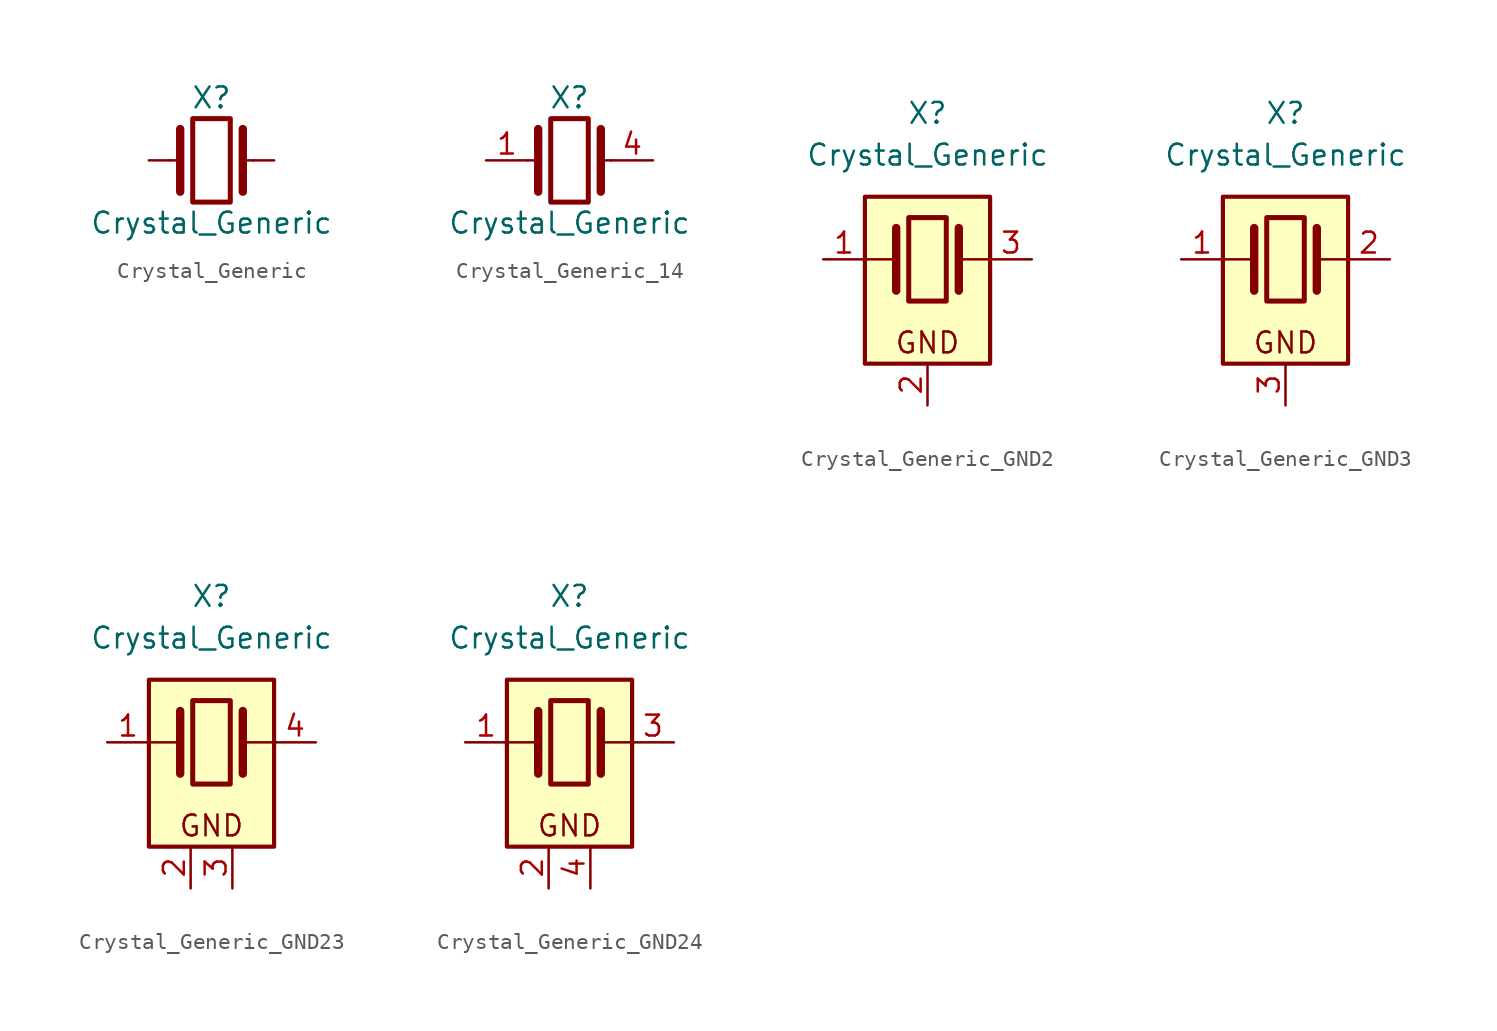
<source format=kicad_sym>
(kicad_symbol_lib
  (version 20231120)
  (generator "kicad_symbol_editor")
  (generator_version "8.0")
  (symbol "Crystal_Generic"
    (pin_numbers hide)
    (pin_names
      (offset 1.016) hide)
    (property "Reference" "X"
      (at 0 3.81 0)
      (effects (font (size 1.27 1.27))))
    (property "Value" "Crystal_Generic"
      (at 0 -3.81 0)
      (effects (font (size 1.27 1.27))))
    (symbol "Crystal_Generic_0_1"
      (rectangle (start -1.143 2.54) (end 1.143 -2.54) (stroke (width 0.305) (type default)) (fill (type none)))
      (polyline (pts (xy -2.54 0) (xy -1.905 0)) (stroke (width 0) (type default)) (fill (type none)))
      (polyline (pts (xy -1.905 -1.905) (xy -1.905 1.905)) (stroke (width 0.508) (type default)) (fill (type none)))
      (polyline (pts (xy 1.905 -1.905) (xy 1.905 1.905)) (stroke (width 0.508) (type default)) (fill (type none)))
      (polyline (pts (xy 2.54 0) (xy 1.905 0)) (stroke (width 0) (type default)) (fill (type none))))
    (symbol "Crystal_Generic_1_1"
      (pin passive line (at -3.81 0 0) (length 1.27) (name "1" (effects (font (size 1.27 1.27)))) (number "1" (effects (font (size 1.27 1.27)))))
      (pin passive line (at 3.81 0 180) (length 1.27) (name "2" (effects (font (size 1.27 1.27)))) (number "2" (effects (font (size 1.27 1.27)))))))
  (symbol "Crystal_Generic_14"
    (pin_names
      (offset 1.016) hide)
    (property "Reference" "X"
      (at 0 3.81 0)
      (effects (font (size 1.27 1.27))))
    (property "Value" "Crystal_Generic"
      (at 0 -3.81 0)
      (effects (font (size 1.27 1.27))))
    (symbol "Crystal_Generic_14_0_1"
      (rectangle (start -1.143 2.54) (end 1.143 -2.54) (stroke (width 0.305) (type default)) (fill (type none)))
      (polyline (pts (xy -2.54 0) (xy -1.905 0)) (stroke (width 0) (type default)) (fill (type none)))
      (polyline (pts (xy -1.905 -1.905) (xy -1.905 1.905)) (stroke (width 0.508) (type default)) (fill (type none)))
      (polyline (pts (xy 1.905 -1.905) (xy 1.905 1.905)) (stroke (width 0.508) (type default)) (fill (type none)))
      (polyline (pts (xy 2.54 0) (xy 1.905 0)) (stroke (width 0) (type default)) (fill (type none))))
    (symbol "Crystal_Generic_14_1_1"
      (pin passive line (at -5.08 0 0) (length 2.54) (name "1" (effects (font (size 1.27 1.27)))) (number "1" (effects (font (size 1.27 1.27)))))
      (pin free line (at 0 -1.27 180) (length 2.54) hide (name "NC" (effects (font (size 1.27 1.27)))) (number "2" (effects (font (size 1.27 1.27)))))
      (pin free line (at 0 1.27 180) (length 2.54) hide (name "NC" (effects (font (size 1.27 1.27)))) (number "3" (effects (font (size 1.27 1.27)))))
      (pin passive line (at 5.08 0 180) (length 2.54) (name "4" (effects (font (size 1.27 1.27)))) (number "4" (effects (font (size 1.27 1.27)))))))
  (symbol "Crystal_Generic_GND2"
    (pin_names
      (offset 1.016) hide)
    (property "Reference" "X"
      (at 0 8.89 0)
      (effects (font (size 1.27 1.27))))
    (property "Value" "Crystal_Generic"
      (at 0 6.35 0)
      (effects (font (size 1.27 1.27))))
    (symbol "Crystal_Generic_GND2_0_1"
      (rectangle (start -3.81 3.81) (end 3.81 -6.35) (stroke (width 0.254) (type default)) (fill (type background)))
      (rectangle (start -1.143 2.54) (end 1.143 -2.54) (stroke (width 0.305) (type default)) (fill (type none)))
      (polyline (pts (xy -3.81 0) (xy -1.905 0)) (stroke (width 0) (type default)) (fill (type none)))
      (polyline (pts (xy -1.905 -1.905) (xy -1.905 1.905)) (stroke (width 0.508) (type default)) (fill (type none)))
      (polyline (pts (xy 1.905 -1.905) (xy 1.905 1.905)) (stroke (width 0.508) (type default)) (fill (type none)))
      (polyline (pts (xy 3.81 0) (xy 1.905 0)) (stroke (width 0) (type default)) (fill (type none)))
      (text "GND" (at 0 -5.08 0) (effects (font (size 1.27 1.27)))))
    (symbol "Crystal_Generic_GND2_1_1"
      (pin passive line (at -6.35 0 0) (length 2.54) (name "1" (effects (font (size 1.27 1.27)))) (number "1" (effects (font (size 1.27 1.27)))))
      (pin passive line (at 0 -8.89 90) (length 2.54) (name "2" (effects (font (size 1.27 1.27)))) (number "2" (effects (font (size 1.27 1.27)))))
      (pin passive line (at 6.35 0 180) (length 2.54) (name "3" (effects (font (size 1.27 1.27)))) (number "3" (effects (font (size 1.27 1.27)))))))
  (symbol "Crystal_Generic_GND3"
    (pin_names
      (offset 1.016) hide)
    (property "Reference" "X"
      (at 0 8.89 0)
      (effects (font (size 1.27 1.27))))
    (property "Value" "Crystal_Generic"
      (at 0 6.35 0)
      (effects (font (size 1.27 1.27))))
    (symbol "Crystal_Generic_GND3_0_1"
      (rectangle (start -3.81 3.81) (end 3.81 -6.35) (stroke (width 0.254) (type default)) (fill (type background)))
      (rectangle (start -1.143 2.54) (end 1.143 -2.54) (stroke (width 0.305) (type default)) (fill (type none)))
      (polyline (pts (xy -3.81 0) (xy -1.905 0)) (stroke (width 0) (type default)) (fill (type none)))
      (polyline (pts (xy -1.905 -1.905) (xy -1.905 1.905)) (stroke (width 0.508) (type default)) (fill (type none)))
      (polyline (pts (xy 1.905 -1.905) (xy 1.905 1.905)) (stroke (width 0.508) (type default)) (fill (type none)))
      (polyline (pts (xy 3.81 0) (xy 1.905 0)) (stroke (width 0) (type default)) (fill (type none)))
      (text "GND" (at 0 -5.08 0) (effects (font (size 1.27 1.27)))))
    (symbol "Crystal_Generic_GND3_1_1"
      (pin passive line (at -6.35 0 0) (length 2.54) (name "1" (effects (font (size 1.27 1.27)))) (number "1" (effects (font (size 1.27 1.27)))))
      (pin passive line (at 6.35 0 180) (length 2.54) (name "2" (effects (font (size 1.27 1.27)))) (number "2" (effects (font (size 1.27 1.27)))))
      (pin passive line (at 0 -8.89 90) (length 2.54) (name "3" (effects (font (size 1.27 1.27)))) (number "3" (effects (font (size 1.27 1.27)))))))
  (symbol "Crystal_Generic_GND23"
    (pin_names
      (offset 1.016) hide)
    (property "Reference" "X"
      (at 0 8.89 0)
      (effects (font (size 1.27 1.27))))
    (property "Value" "Crystal_Generic"
      (at 0 6.35 0)
      (effects (font (size 1.27 1.27))))
    (symbol "Crystal_Generic_GND23_0_1"
      (rectangle (start -3.81 3.81) (end 3.81 -6.35) (stroke (width 0.254) (type default)) (fill (type background)))
      (rectangle (start -1.143 2.54) (end 1.143 -2.54) (stroke (width 0.305) (type default)) (fill (type none)))
      (polyline (pts (xy -3.81 0) (xy -1.905 0)) (stroke (width 0) (type default)) (fill (type none)))
      (polyline (pts (xy -1.905 -1.905) (xy -1.905 1.905)) (stroke (width 0.508) (type default)) (fill (type none)))
      (polyline (pts (xy 1.905 -1.905) (xy 1.905 1.905)) (stroke (width 0.508) (type default)) (fill (type none)))
      (polyline (pts (xy 3.81 0) (xy 1.905 0)) (stroke (width 0) (type default)) (fill (type none)))
      (text "GND" (at 0 -5.08 0) (effects (font (size 1.27 1.27)))))
    (symbol "Crystal_Generic_GND23_1_1"
      (pin passive line (at -6.35 0 0) (length 2.54) (name "1" (effects (font (size 1.27 1.27)))) (number "1" (effects (font (size 1.27 1.27)))))
      (pin passive line (at -1.27 -8.89 90) (length 2.54) (name "2" (effects (font (size 1.27 1.27)))) (number "2" (effects (font (size 1.27 1.27)))))
      (pin passive line (at 1.27 -8.89 90) (length 2.54) (name "3" (effects (font (size 1.27 1.27)))) (number "3" (effects (font (size 1.27 1.27)))))
      (pin passive line (at 6.35 0 180) (length 2.54) (name "4" (effects (font (size 1.27 1.27)))) (number "4" (effects (font (size 1.27 1.27)))))))
  (symbol "Crystal_Generic_GND24"
    (pin_names
      (offset 1.016) hide)
    (property "Reference" "X"
      (at 0 8.89 0)
      (effects (font (size 1.27 1.27))))
    (property "Value" "Crystal_Generic"
      (at 0 6.35 0)
      (effects (font (size 1.27 1.27))))
    (symbol "Crystal_Generic_GND24_0_1"
      (rectangle (start -3.81 3.81) (end 3.81 -6.35) (stroke (width 0.254) (type default)) (fill (type background)))
      (rectangle (start -1.143 2.54) (end 1.143 -2.54) (stroke (width 0.305) (type default)) (fill (type none)))
      (polyline (pts (xy -3.81 0) (xy -1.905 0)) (stroke (width 0) (type default)) (fill (type none)))
      (polyline (pts (xy -1.905 -1.905) (xy -1.905 1.905)) (stroke (width 0.508) (type default)) (fill (type none)))
      (polyline (pts (xy 1.905 -1.905) (xy 1.905 1.905)) (stroke (width 0.508) (type default)) (fill (type none)))
      (polyline (pts (xy 3.81 0) (xy 1.905 0)) (stroke (width 0) (type default)) (fill (type none)))
      (text "GND" (at 0 -5.08 0) (effects (font (size 1.27 1.27)))))
    (symbol "Crystal_Generic_GND24_1_1"
      (pin passive line (at -6.35 0 0) (length 2.54) (name "1" (effects (font (size 1.27 1.27)))) (number "1" (effects (font (size 1.27 1.27)))))
      (pin passive line (at -1.27 -8.89 90) (length 2.54) (name "2" (effects (font (size 1.27 1.27)))) (number "2" (effects (font (size 1.27 1.27)))))
      (pin passive line (at 6.35 0 180) (length 2.54) (name "3" (effects (font (size 1.27 1.27)))) (number "3" (effects (font (size 1.27 1.27)))))
      (pin passive line (at 1.27 -8.89 90) (length 2.54) (name "4" (effects (font (size 1.27 1.27)))) (number "4" (effects (font (size 1.27 1.27))))))))
</source>
